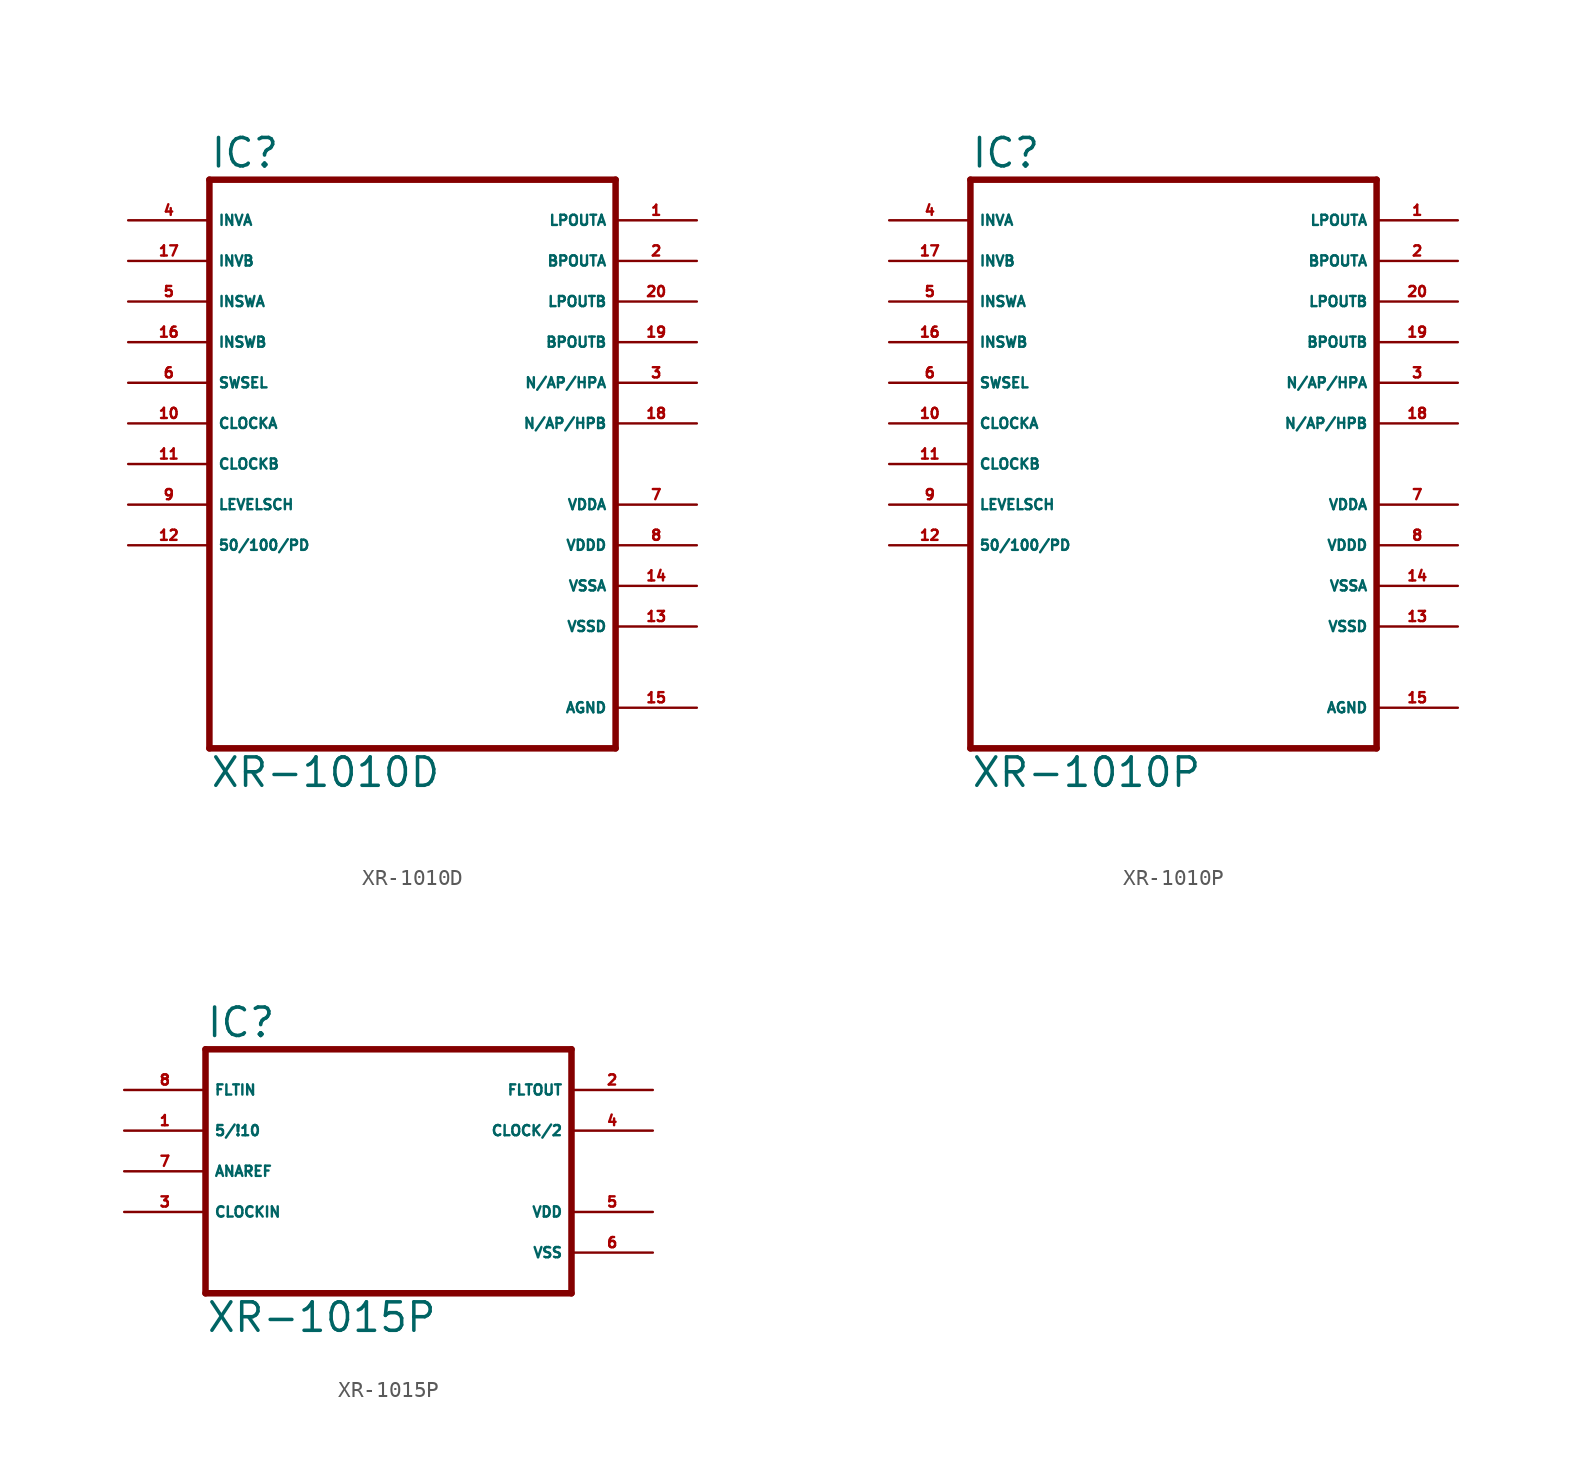
<source format=kicad_sym>
(kicad_symbol_lib
  (version 20220914)
  (generator Eagle2Kicad)
  (symbol "XR-1010D"
    (property "Reference" "IC"
      (at -12.7 18.415 0)
      (effects (font (size 1.778 1.778) (thickness 0.22)) (justify left bottom)))
    (property "Value" "XR-1010D"
      (at -12.7 -20.32 0)
      (effects (font (size 1.778 1.778) (thickness 0.22)) (justify left bottom)))
    (polyline
      (pts (xy 12.7 -17.78) (xy -12.7 -17.78))
      (stroke (width 0.406) (type default))
      (fill (type none)))
    (polyline
      (pts (xy -12.7 -17.78) (xy -12.7 17.78))
      (stroke (width 0.406) (type default))
      (fill (type none)))
    (polyline
      (pts (xy -12.7 17.78) (xy 12.7 17.78))
      (stroke (width 0.406) (type default))
      (fill (type none)))
    (polyline
      (pts (xy 12.7 17.78) (xy 12.7 -17.78))
      (stroke (width 0.406) (type default))
      (fill (type none)))
    (pin input line
      (at -17.78 15.24 0)
      (length 5.08)
      (name "INVA" (effects (font (size 0.635 0.635) (thickness 0.08)) (justify left bottom)))
      (number "4" (effects (font (size 0.635 0.635) (thickness 0.08)) (justify left bottom))))
    (pin input line
      (at -17.78 12.7 0)
      (length 5.08)
      (name "INVB" (effects (font (size 0.635 0.635) (thickness 0.08)) (justify left bottom)))
      (number "17" (effects (font (size 0.635 0.635) (thickness 0.08)) (justify left bottom))))
    (pin input line
      (at -17.78 10.16 0)
      (length 5.08)
      (name "INSWA" (effects (font (size 0.635 0.635) (thickness 0.08)) (justify left bottom)))
      (number "5" (effects (font (size 0.635 0.635) (thickness 0.08)) (justify left bottom))))
    (pin input line
      (at -17.78 7.62 0)
      (length 5.08)
      (name "INSWB" (effects (font (size 0.635 0.635) (thickness 0.08)) (justify left bottom)))
      (number "16" (effects (font (size 0.635 0.635) (thickness 0.08)) (justify left bottom))))
    (pin input line
      (at -17.78 5.08 0)
      (length 5.08)
      (name "SWSEL" (effects (font (size 0.635 0.635) (thickness 0.08)) (justify left bottom)))
      (number "6" (effects (font (size 0.635 0.635) (thickness 0.08)) (justify left bottom))))
    (pin input line
      (at -17.78 -2.54 0)
      (length 5.08)
      (name "LEVELSCH" (effects (font (size 0.635 0.635) (thickness 0.08)) (justify left bottom)))
      (number "9" (effects (font (size 0.635 0.635) (thickness 0.08)) (justify left bottom))))
    (pin input line
      (at -17.78 2.54 0)
      (length 5.08)
      (name "CLOCKA" (effects (font (size 0.635 0.635) (thickness 0.08)) (justify left bottom)))
      (number "10" (effects (font (size 0.635 0.635) (thickness 0.08)) (justify left bottom))))
    (pin input line
      (at -17.78 0 0)
      (length 5.08)
      (name "CLOCKB" (effects (font (size 0.635 0.635) (thickness 0.08)) (justify left bottom)))
      (number "11" (effects (font (size 0.635 0.635) (thickness 0.08)) (justify left bottom))))
    (pin input line
      (at -17.78 -5.08 0)
      (length 5.08)
      (name "50/100/PD" (effects (font (size 0.635 0.635) (thickness 0.08)) (justify left bottom)))
      (number "12" (effects (font (size 0.635 0.635) (thickness 0.08)) (justify left bottom))))
    (pin output line
      (at 17.78 15.24 180)
      (length 5.08)
      (name "LPOUTA" (effects (font (size 0.635 0.635) (thickness 0.08)) (justify left bottom)))
      (number "1" (effects (font (size 0.635 0.635) (thickness 0.08)) (justify left bottom))))
    (pin output line
      (at 17.78 12.7 180)
      (length 5.08)
      (name "BPOUTA" (effects (font (size 0.635 0.635) (thickness 0.08)) (justify left bottom)))
      (number "2" (effects (font (size 0.635 0.635) (thickness 0.08)) (justify left bottom))))
    (pin output line
      (at 17.78 5.08 180)
      (length 5.08)
      (name "N/AP/HPA" (effects (font (size 0.635 0.635) (thickness 0.08)) (justify left bottom)))
      (number "3" (effects (font (size 0.635 0.635) (thickness 0.08)) (justify left bottom))))
    (pin output line
      (at 17.78 2.54 180)
      (length 5.08)
      (name "N/AP/HPB" (effects (font (size 0.635 0.635) (thickness 0.08)) (justify left bottom)))
      (number "18" (effects (font (size 0.635 0.635) (thickness 0.08)) (justify left bottom))))
    (pin output line
      (at 17.78 10.16 180)
      (length 5.08)
      (name "LPOUTB" (effects (font (size 0.635 0.635) (thickness 0.08)) (justify left bottom)))
      (number "20" (effects (font (size 0.635 0.635) (thickness 0.08)) (justify left bottom))))
    (pin output line
      (at 17.78 7.62 180)
      (length 5.08)
      (name "BPOUTB" (effects (font (size 0.635 0.635) (thickness 0.08)) (justify left bottom)))
      (number "19" (effects (font (size 0.635 0.635) (thickness 0.08)) (justify left bottom))))
    (pin unspecified line
      (at 17.78 -2.54 180)
      (length 5.08)
      (name "VDDA" (effects (font (size 0.635 0.635) (thickness 0.08)) (justify left bottom)))
      (number "7" (effects (font (size 0.635 0.635) (thickness 0.08)) (justify left bottom))))
    (pin unspecified line
      (at 17.78 -5.08 180)
      (length 5.08)
      (name "VDDD" (effects (font (size 0.635 0.635) (thickness 0.08)) (justify left bottom)))
      (number "8" (effects (font (size 0.635 0.635) (thickness 0.08)) (justify left bottom))))
    (pin unspecified line
      (at 17.78 -7.62 180)
      (length 5.08)
      (name "VSSA" (effects (font (size 0.635 0.635) (thickness 0.08)) (justify left bottom)))
      (number "14" (effects (font (size 0.635 0.635) (thickness 0.08)) (justify left bottom))))
    (pin unspecified line
      (at 17.78 -15.24 180)
      (length 5.08)
      (name "AGND" (effects (font (size 0.635 0.635) (thickness 0.08)) (justify left bottom)))
      (number "15" (effects (font (size 0.635 0.635) (thickness 0.08)) (justify left bottom))))
    (pin unspecified line
      (at 17.78 -10.16 180)
      (length 5.08)
      (name "VSSD" (effects (font (size 0.635 0.635) (thickness 0.08)) (justify left bottom)))
      (number "13" (effects (font (size 0.635 0.635) (thickness 0.08)) (justify left bottom)))))
  (symbol "XR-1010P"
    (property "Reference" "IC"
      (at -12.7 18.415 0)
      (effects (font (size 1.778 1.778) (thickness 0.22)) (justify left bottom)))
    (property "Value" "XR-1010P"
      (at -12.7 -20.32 0)
      (effects (font (size 1.778 1.778) (thickness 0.22)) (justify left bottom)))
    (polyline
      (pts (xy 12.7 -17.78) (xy -12.7 -17.78))
      (stroke (width 0.406) (type default))
      (fill (type none)))
    (polyline
      (pts (xy -12.7 -17.78) (xy -12.7 17.78))
      (stroke (width 0.406) (type default))
      (fill (type none)))
    (polyline
      (pts (xy -12.7 17.78) (xy 12.7 17.78))
      (stroke (width 0.406) (type default))
      (fill (type none)))
    (polyline
      (pts (xy 12.7 17.78) (xy 12.7 -17.78))
      (stroke (width 0.406) (type default))
      (fill (type none)))
    (pin input line
      (at -17.78 15.24 0)
      (length 5.08)
      (name "INVA" (effects (font (size 0.635 0.635) (thickness 0.08)) (justify left bottom)))
      (number "4" (effects (font (size 0.635 0.635) (thickness 0.08)) (justify left bottom))))
    (pin input line
      (at -17.78 12.7 0)
      (length 5.08)
      (name "INVB" (effects (font (size 0.635 0.635) (thickness 0.08)) (justify left bottom)))
      (number "17" (effects (font (size 0.635 0.635) (thickness 0.08)) (justify left bottom))))
    (pin input line
      (at -17.78 10.16 0)
      (length 5.08)
      (name "INSWA" (effects (font (size 0.635 0.635) (thickness 0.08)) (justify left bottom)))
      (number "5" (effects (font (size 0.635 0.635) (thickness 0.08)) (justify left bottom))))
    (pin input line
      (at -17.78 7.62 0)
      (length 5.08)
      (name "INSWB" (effects (font (size 0.635 0.635) (thickness 0.08)) (justify left bottom)))
      (number "16" (effects (font (size 0.635 0.635) (thickness 0.08)) (justify left bottom))))
    (pin input line
      (at -17.78 5.08 0)
      (length 5.08)
      (name "SWSEL" (effects (font (size 0.635 0.635) (thickness 0.08)) (justify left bottom)))
      (number "6" (effects (font (size 0.635 0.635) (thickness 0.08)) (justify left bottom))))
    (pin input line
      (at -17.78 -2.54 0)
      (length 5.08)
      (name "LEVELSCH" (effects (font (size 0.635 0.635) (thickness 0.08)) (justify left bottom)))
      (number "9" (effects (font (size 0.635 0.635) (thickness 0.08)) (justify left bottom))))
    (pin input line
      (at -17.78 2.54 0)
      (length 5.08)
      (name "CLOCKA" (effects (font (size 0.635 0.635) (thickness 0.08)) (justify left bottom)))
      (number "10" (effects (font (size 0.635 0.635) (thickness 0.08)) (justify left bottom))))
    (pin input line
      (at -17.78 0 0)
      (length 5.08)
      (name "CLOCKB" (effects (font (size 0.635 0.635) (thickness 0.08)) (justify left bottom)))
      (number "11" (effects (font (size 0.635 0.635) (thickness 0.08)) (justify left bottom))))
    (pin input line
      (at -17.78 -5.08 0)
      (length 5.08)
      (name "50/100/PD" (effects (font (size 0.635 0.635) (thickness 0.08)) (justify left bottom)))
      (number "12" (effects (font (size 0.635 0.635) (thickness 0.08)) (justify left bottom))))
    (pin output line
      (at 17.78 15.24 180)
      (length 5.08)
      (name "LPOUTA" (effects (font (size 0.635 0.635) (thickness 0.08)) (justify left bottom)))
      (number "1" (effects (font (size 0.635 0.635) (thickness 0.08)) (justify left bottom))))
    (pin output line
      (at 17.78 12.7 180)
      (length 5.08)
      (name "BPOUTA" (effects (font (size 0.635 0.635) (thickness 0.08)) (justify left bottom)))
      (number "2" (effects (font (size 0.635 0.635) (thickness 0.08)) (justify left bottom))))
    (pin output line
      (at 17.78 5.08 180)
      (length 5.08)
      (name "N/AP/HPA" (effects (font (size 0.635 0.635) (thickness 0.08)) (justify left bottom)))
      (number "3" (effects (font (size 0.635 0.635) (thickness 0.08)) (justify left bottom))))
    (pin output line
      (at 17.78 2.54 180)
      (length 5.08)
      (name "N/AP/HPB" (effects (font (size 0.635 0.635) (thickness 0.08)) (justify left bottom)))
      (number "18" (effects (font (size 0.635 0.635) (thickness 0.08)) (justify left bottom))))
    (pin output line
      (at 17.78 10.16 180)
      (length 5.08)
      (name "LPOUTB" (effects (font (size 0.635 0.635) (thickness 0.08)) (justify left bottom)))
      (number "20" (effects (font (size 0.635 0.635) (thickness 0.08)) (justify left bottom))))
    (pin output line
      (at 17.78 7.62 180)
      (length 5.08)
      (name "BPOUTB" (effects (font (size 0.635 0.635) (thickness 0.08)) (justify left bottom)))
      (number "19" (effects (font (size 0.635 0.635) (thickness 0.08)) (justify left bottom))))
    (pin unspecified line
      (at 17.78 -2.54 180)
      (length 5.08)
      (name "VDDA" (effects (font (size 0.635 0.635) (thickness 0.08)) (justify left bottom)))
      (number "7" (effects (font (size 0.635 0.635) (thickness 0.08)) (justify left bottom))))
    (pin unspecified line
      (at 17.78 -5.08 180)
      (length 5.08)
      (name "VDDD" (effects (font (size 0.635 0.635) (thickness 0.08)) (justify left bottom)))
      (number "8" (effects (font (size 0.635 0.635) (thickness 0.08)) (justify left bottom))))
    (pin unspecified line
      (at 17.78 -7.62 180)
      (length 5.08)
      (name "VSSA" (effects (font (size 0.635 0.635) (thickness 0.08)) (justify left bottom)))
      (number "14" (effects (font (size 0.635 0.635) (thickness 0.08)) (justify left bottom))))
    (pin unspecified line
      (at 17.78 -15.24 180)
      (length 5.08)
      (name "AGND" (effects (font (size 0.635 0.635) (thickness 0.08)) (justify left bottom)))
      (number "15" (effects (font (size 0.635 0.635) (thickness 0.08)) (justify left bottom))))
    (pin unspecified line
      (at 17.78 -10.16 180)
      (length 5.08)
      (name "VSSD" (effects (font (size 0.635 0.635) (thickness 0.08)) (justify left bottom)))
      (number "13" (effects (font (size 0.635 0.635) (thickness 0.08)) (justify left bottom)))))
  (symbol "XR-1015P"
    (property "Reference" "IC"
      (at -12.7 8.255 0)
      (effects (font (size 1.778 1.778) (thickness 0.22)) (justify left bottom)))
    (property "Value" "XR-1015P"
      (at -12.7 -10.16 0)
      (effects (font (size 1.778 1.778) (thickness 0.22)) (justify left bottom)))
    (polyline
      (pts (xy 10.16 -7.62) (xy -12.7 -7.62))
      (stroke (width 0.406) (type default))
      (fill (type none)))
    (polyline
      (pts (xy -12.7 -7.62) (xy -12.7 7.62))
      (stroke (width 0.406) (type default))
      (fill (type none)))
    (polyline
      (pts (xy -12.7 7.62) (xy 10.16 7.62))
      (stroke (width 0.406) (type default))
      (fill (type none)))
    (polyline
      (pts (xy 10.16 7.62) (xy 10.16 -7.62))
      (stroke (width 0.406) (type default))
      (fill (type none)))
    (pin input line
      (at -17.78 2.54 0)
      (length 5.08)
      (name "5/!10" (effects (font (size 0.635 0.635) (thickness 0.08)) (justify left bottom)))
      (number "1" (effects (font (size 0.635 0.635) (thickness 0.08)) (justify left bottom))))
    (pin input line
      (at -17.78 -2.54 0)
      (length 5.08)
      (name "CLOCKIN" (effects (font (size 0.635 0.635) (thickness 0.08)) (justify left bottom)))
      (number "3" (effects (font (size 0.635 0.635) (thickness 0.08)) (justify left bottom))))
    (pin input line
      (at -17.78 0 0)
      (length 5.08)
      (name "ANAREF" (effects (font (size 0.635 0.635) (thickness 0.08)) (justify left bottom)))
      (number "7" (effects (font (size 0.635 0.635) (thickness 0.08)) (justify left bottom))))
    (pin input line
      (at -17.78 5.08 0)
      (length 5.08)
      (name "FLTIN" (effects (font (size 0.635 0.635) (thickness 0.08)) (justify left bottom)))
      (number "8" (effects (font (size 0.635 0.635) (thickness 0.08)) (justify left bottom))))
    (pin output line
      (at 15.24 5.08 180)
      (length 5.08)
      (name "FLTOUT" (effects (font (size 0.635 0.635) (thickness 0.08)) (justify left bottom)))
      (number "2" (effects (font (size 0.635 0.635) (thickness 0.08)) (justify left bottom))))
    (pin output line
      (at 15.24 2.54 180)
      (length 5.08)
      (name "CLOCK/2" (effects (font (size 0.635 0.635) (thickness 0.08)) (justify left bottom)))
      (number "4" (effects (font (size 0.635 0.635) (thickness 0.08)) (justify left bottom))))
    (pin unspecified line
      (at 15.24 -2.54 180)
      (length 5.08)
      (name "VDD" (effects (font (size 0.635 0.635) (thickness 0.08)) (justify left bottom)))
      (number "5" (effects (font (size 0.635 0.635) (thickness 0.08)) (justify left bottom))))
    (pin unspecified line
      (at 15.24 -5.08 180)
      (length 5.08)
      (name "VSS" (effects (font (size 0.635 0.635) (thickness 0.08)) (justify left bottom)))
      (number "6" (effects (font (size 0.635 0.635) (thickness 0.08)) (justify left bottom))))))
</source>
